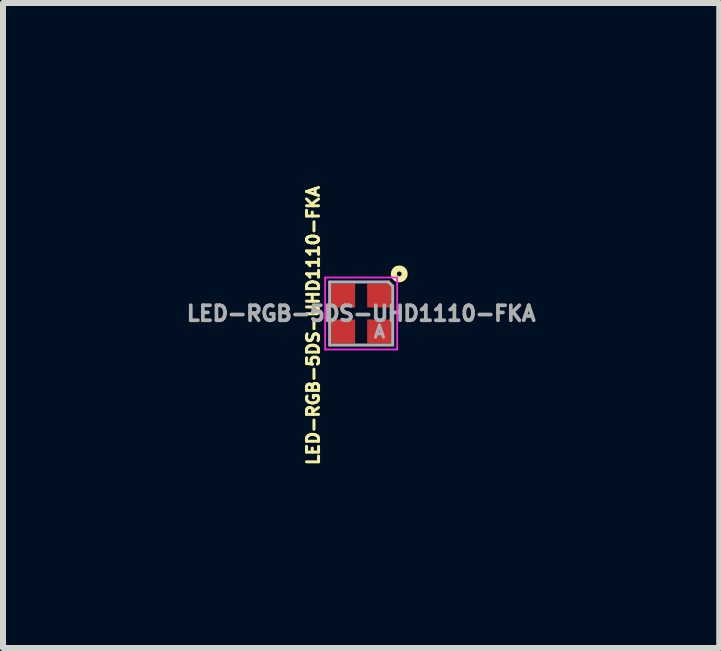
<source format=kicad_pcb>
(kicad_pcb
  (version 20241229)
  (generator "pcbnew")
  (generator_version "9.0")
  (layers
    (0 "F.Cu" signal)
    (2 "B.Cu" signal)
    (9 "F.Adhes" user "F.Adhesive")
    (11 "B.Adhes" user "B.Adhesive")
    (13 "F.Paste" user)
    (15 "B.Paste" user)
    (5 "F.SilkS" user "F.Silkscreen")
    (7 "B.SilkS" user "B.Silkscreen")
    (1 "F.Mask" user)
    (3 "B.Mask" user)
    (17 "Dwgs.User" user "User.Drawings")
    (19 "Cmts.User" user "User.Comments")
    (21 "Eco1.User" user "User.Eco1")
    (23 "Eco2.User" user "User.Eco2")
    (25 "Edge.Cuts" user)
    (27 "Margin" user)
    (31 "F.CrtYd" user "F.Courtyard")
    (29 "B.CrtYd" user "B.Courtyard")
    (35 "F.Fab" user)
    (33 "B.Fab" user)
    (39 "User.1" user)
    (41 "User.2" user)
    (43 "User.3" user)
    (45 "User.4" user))
  (footprint "LED-RGB-5DS-UHD1110-FKA"
    (layer "F.Cu")
    (at 2.968 2.174)
    (property "Reference" "LED-RGB-5DS-UHD1110-FKA" (at -0.8 0.2 270) (layer "F.SilkS") (effects (font (size 0.2 0.2) (thickness 0.05))))
    (attr smd)
    (fp_circle (center 0.635 -0.66) (end 0.675 -0.66) (stroke (width 0.1) (type solid)) (fill no) (layer "F.SilkS"))
    (fp_line (start -0.6 -0.6) (end 0.6 -0.6) (stroke (width 0.03) (type solid)) (layer "F.CrtYd"))
    (fp_line (start -0.6 0.6) (end -0.6 -0.6) (stroke (width 0.03) (type solid)) (layer "F.CrtYd"))
    (fp_line (start 0.6 -0.6) (end 0.6 0.6) (stroke (width 0.03) (type solid)) (layer "F.CrtYd"))
    (fp_line (start 0.6 0.6) (end -0.6 0.6) (stroke (width 0.03) (type solid)) (layer "F.CrtYd"))
    (fp_line (start -0.525 -0.525) (end 0.457 -0.525) (stroke (width 0.05) (type solid)) (layer "F.Fab"))
    (fp_line (start -0.525 0.525) (end -0.525 -0.525) (stroke (width 0.05) (type solid)) (layer "F.Fab"))
    (fp_line (start 0.525 -0.457) (end 0.457 -0.525) (stroke (width 0.05) (type solid)) (layer "F.Fab"))
    (fp_line (start 0.525 -0.457) (end 0.525 0.525) (stroke (width 0.05) (type solid)) (layer "F.Fab"))
    (fp_line (start 0.525 0.525) (end -0.525 0.525) (stroke (width 0.05) (type solid)) (layer "F.Fab"))
    (fp_text user "${REFERENCE}" (at 0 0 0) (layer "F.Fab") (effects (font (size 0.25 0.25) (thickness 0.062))))
    (fp_text user "A" (at 0.305 0.305 0) (layer "F.Fab") (effects (font (size 0.2 0.2) (thickness 0.05))))
    (pad "1" smd rect (at 0.3 -0.3) (size 0.4 0.4) (layers "F.Cu" "F.Mask" "F.Paste"))
    (pad "2" smd rect (at -0.3 -0.3) (size 0.4 0.4) (layers "F.Cu" "F.Mask" "F.Paste"))
    (pad "3" smd rect (at -0.3 0.3) (size 0.4 0.4) (layers "F.Cu" "F.Mask" "F.Paste"))
    (pad "4" smd rect (at 0.3 0.3) (size 0.4 0.4) (layers "F.Cu" "F.Mask" "F.Paste")))
  (gr_rect
    (start -3 -3)
    (end 8.935 7.748)
    (stroke (width 0.1) (type default))
    (fill no)
    (layer "Edge.Cuts")))
</source>
